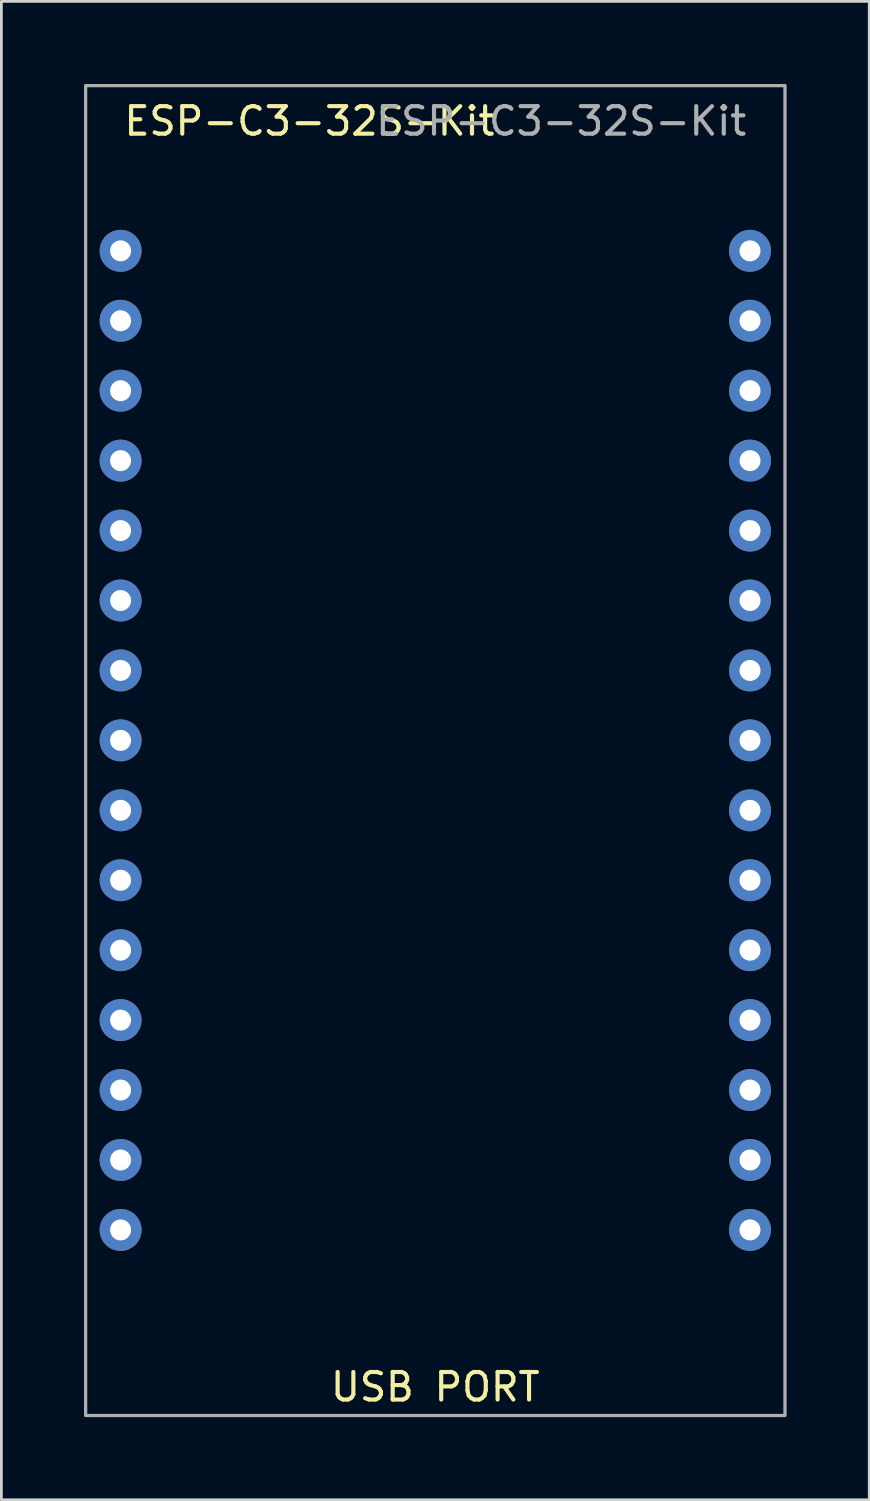
<source format=kicad_pcb>
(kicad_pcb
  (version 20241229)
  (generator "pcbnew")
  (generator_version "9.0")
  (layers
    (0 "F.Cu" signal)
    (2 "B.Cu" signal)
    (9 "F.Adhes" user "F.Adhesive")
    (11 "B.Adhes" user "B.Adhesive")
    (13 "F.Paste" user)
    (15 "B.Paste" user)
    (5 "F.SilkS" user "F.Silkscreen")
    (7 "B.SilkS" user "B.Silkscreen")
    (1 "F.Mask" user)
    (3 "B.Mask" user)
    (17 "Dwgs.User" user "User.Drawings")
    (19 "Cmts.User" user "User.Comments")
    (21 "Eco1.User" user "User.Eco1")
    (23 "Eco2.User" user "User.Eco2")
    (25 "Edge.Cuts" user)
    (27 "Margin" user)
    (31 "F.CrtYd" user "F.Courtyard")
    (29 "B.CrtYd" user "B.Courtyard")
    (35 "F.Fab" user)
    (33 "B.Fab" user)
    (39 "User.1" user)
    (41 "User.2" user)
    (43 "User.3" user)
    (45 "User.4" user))
  (footprint "ESP-C3-32S-Kit"
    (layer "F.Cu")
    (at 12.76 24.21)
    (property "Reference" "ESP-C3-32S-Kit" (at -4.572 -22.86 0) (unlocked yes) (layer "F.SilkS") (effects (font (size 1 1) (thickness 0.15))))
    (attr through_hole)
    (fp_rect (start -12.7 -24.15) (end 12.7 24.15) (stroke (width 0.12) (type solid)) (fill no) (layer "F.Fab"))
    (fp_text user "USB PORT" (at 0 23.114 0) (unlocked yes) (layer "F.SilkS") (effects (font (size 1 1) (thickness 0.15))))
    (fp_text user "${REFERENCE}" (at 4.572 -22.86 0) (unlocked yes) (layer "F.Fab") (effects (font (size 1 1) (thickness 0.15))))
    (pad "1" thru_hole circle (at 11.43 -18.15) (size 1.524 1.524) (drill 0.762) (layers "*.Cu" "*.Mask"))
    (pad "2" thru_hole circle (at 11.43 -15.61) (size 1.524 1.524) (drill 0.762) (layers "*.Cu" "*.Mask"))
    (pad "3" thru_hole circle (at 11.43 -13.07) (size 1.524 1.524) (drill 0.762) (layers "*.Cu" "*.Mask"))
    (pad "4" thru_hole circle (at 11.43 -10.53) (size 1.524 1.524) (drill 0.762) (layers "*.Cu" "*.Mask"))
    (pad "5" thru_hole circle (at 11.43 -7.99) (size 1.524 1.524) (drill 0.762) (layers "*.Cu" "*.Mask"))
    (pad "6" thru_hole circle (at 11.43 -5.45) (size 1.524 1.524) (drill 0.762) (layers "*.Cu" "*.Mask"))
    (pad "7" thru_hole circle (at 11.43 -2.91) (size 1.524 1.524) (drill 0.762) (layers "*.Cu" "*.Mask"))
    (pad "8" thru_hole circle (at 11.43 -0.37) (size 1.524 1.524) (drill 0.762) (layers "*.Cu" "*.Mask"))
    (pad "9" thru_hole circle (at 11.43 2.17) (size 1.524 1.524) (drill 0.762) (layers "*.Cu" "*.Mask"))
    (pad "10" thru_hole circle (at 11.43 4.71) (size 1.524 1.524) (drill 0.762) (layers "*.Cu" "*.Mask"))
    (pad "11" thru_hole circle (at 11.43 7.25) (size 1.524 1.524) (drill 0.762) (layers "*.Cu" "*.Mask"))
    (pad "12" thru_hole circle (at 11.43 9.79) (size 1.524 1.524) (drill 0.762) (layers "*.Cu" "*.Mask"))
    (pad "13" thru_hole circle (at 11.43 12.33) (size 1.524 1.524) (drill 0.762) (layers "*.Cu" "*.Mask"))
    (pad "14" thru_hole circle (at 11.43 14.87) (size 1.524 1.524) (drill 0.762) (layers "*.Cu" "*.Mask"))
    (pad "15" thru_hole circle (at 11.43 17.41) (size 1.524 1.524) (drill 0.762) (layers "*.Cu" "*.Mask"))
    (pad "16" thru_hole circle (at -11.43 -18.15) (size 1.524 1.524) (drill 0.762) (layers "*.Cu" "*.Mask"))
    (pad "17" thru_hole circle (at -11.43 -15.61) (size 1.524 1.524) (drill 0.762) (layers "*.Cu" "*.Mask"))
    (pad "18" thru_hole circle (at -11.43 -13.07) (size 1.524 1.524) (drill 0.762) (layers "*.Cu" "*.Mask"))
    (pad "19" thru_hole circle (at -11.43 -10.53) (size 1.524 1.524) (drill 0.762) (layers "*.Cu" "*.Mask"))
    (pad "20" thru_hole circle (at -11.43 -7.99) (size 1.524 1.524) (drill 0.762) (layers "*.Cu" "*.Mask"))
    (pad "21" thru_hole circle (at -11.43 -5.45) (size 1.524 1.524) (drill 0.762) (layers "*.Cu" "*.Mask"))
    (pad "22" thru_hole circle (at -11.43 -2.91) (size 1.524 1.524) (drill 0.762) (layers "*.Cu" "*.Mask"))
    (pad "23" thru_hole circle (at -11.43 -0.37) (size 1.524 1.524) (drill 0.762) (layers "*.Cu" "*.Mask"))
    (pad "24" thru_hole circle (at -11.43 2.17) (size 1.524 1.524) (drill 0.762) (layers "*.Cu" "*.Mask"))
    (pad "25" thru_hole circle (at -11.43 4.71) (size 1.524 1.524) (drill 0.762) (layers "*.Cu" "*.Mask"))
    (pad "26" thru_hole circle (at -11.43 7.25) (size 1.524 1.524) (drill 0.762) (layers "*.Cu" "*.Mask"))
    (pad "27" thru_hole circle (at -11.43 9.79) (size 1.524 1.524) (drill 0.762) (layers "*.Cu" "*.Mask"))
    (pad "28" thru_hole circle (at -11.43 12.33) (size 1.524 1.524) (drill 0.762) (layers "*.Cu" "*.Mask"))
    (pad "29" thru_hole circle (at -11.43 14.87) (size 1.524 1.524) (drill 0.762) (layers "*.Cu" "*.Mask"))
    (pad "30" thru_hole circle (at -11.43 17.41) (size 1.524 1.524) (drill 0.762) (layers "*.Cu" "*.Mask")))
  (gr_rect
    (start -3 -3)
    (end 28.52 51.42)
    (stroke (width 0.1) (type default))
    (fill no)
    (layer "Edge.Cuts")))
</source>
